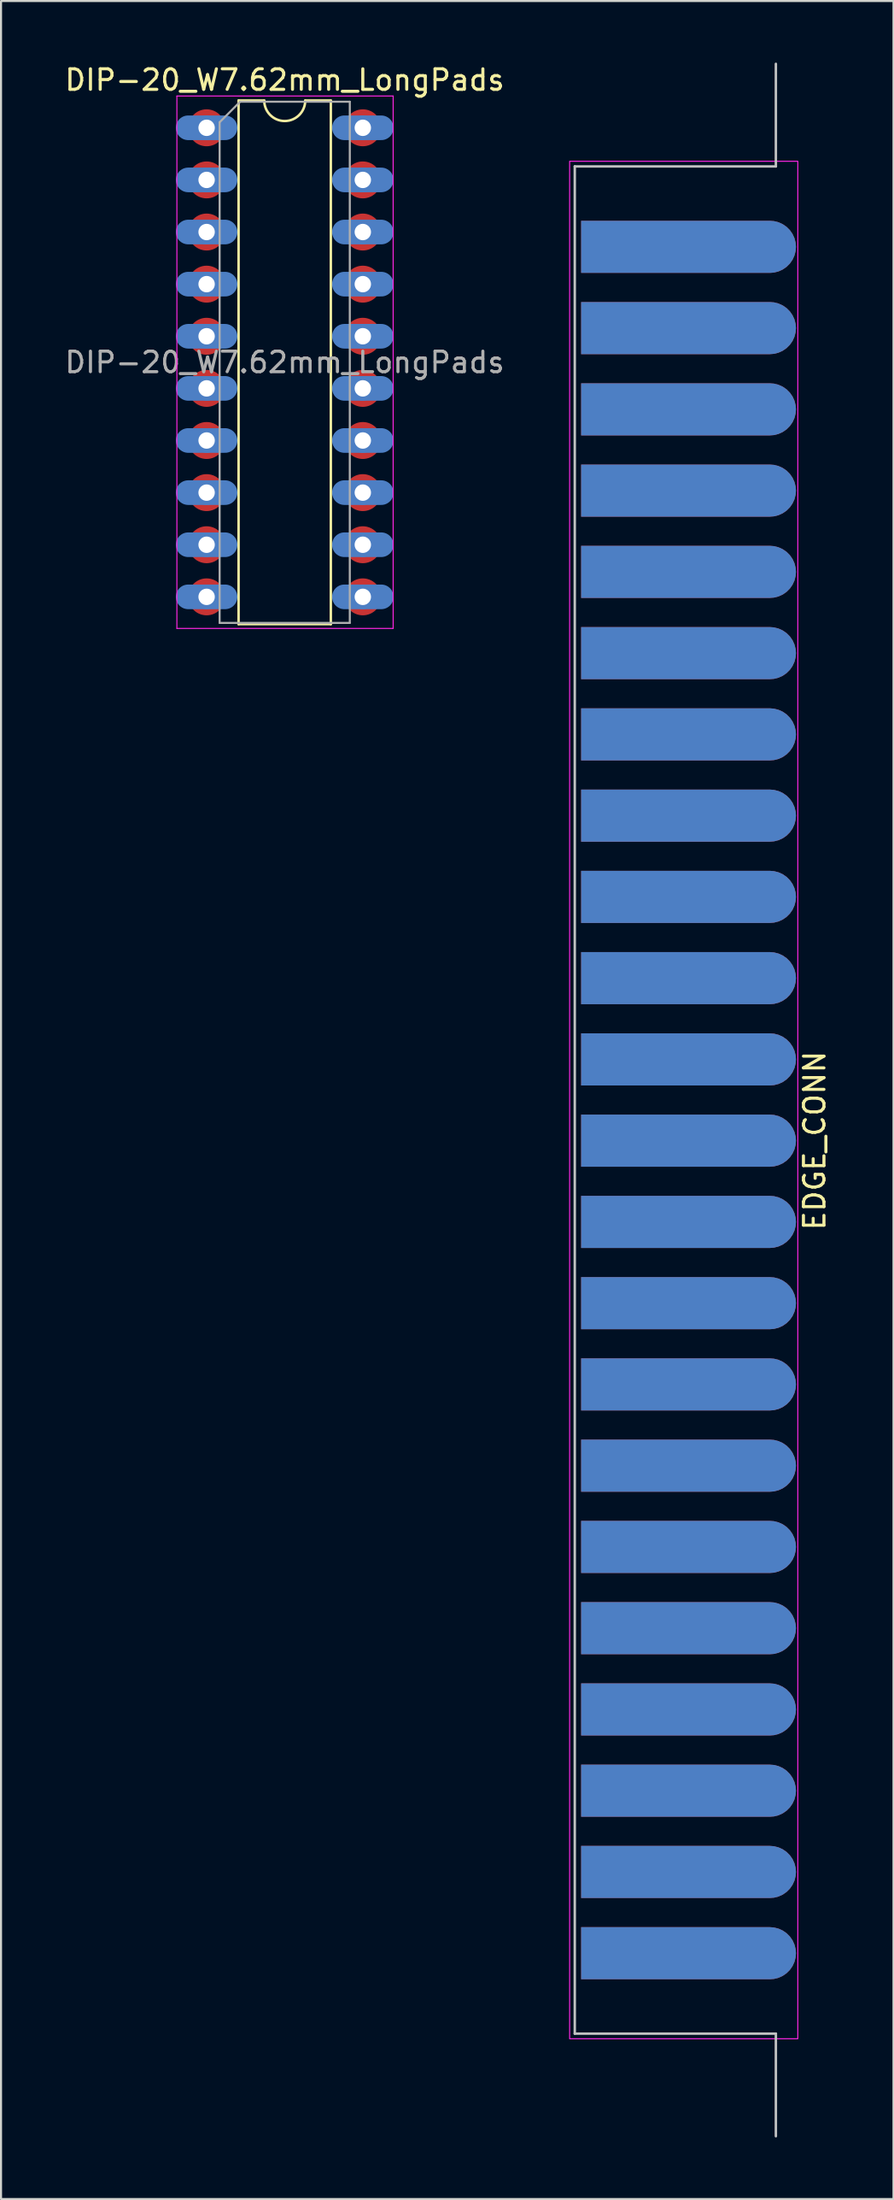
<source format=kicad_pcb>
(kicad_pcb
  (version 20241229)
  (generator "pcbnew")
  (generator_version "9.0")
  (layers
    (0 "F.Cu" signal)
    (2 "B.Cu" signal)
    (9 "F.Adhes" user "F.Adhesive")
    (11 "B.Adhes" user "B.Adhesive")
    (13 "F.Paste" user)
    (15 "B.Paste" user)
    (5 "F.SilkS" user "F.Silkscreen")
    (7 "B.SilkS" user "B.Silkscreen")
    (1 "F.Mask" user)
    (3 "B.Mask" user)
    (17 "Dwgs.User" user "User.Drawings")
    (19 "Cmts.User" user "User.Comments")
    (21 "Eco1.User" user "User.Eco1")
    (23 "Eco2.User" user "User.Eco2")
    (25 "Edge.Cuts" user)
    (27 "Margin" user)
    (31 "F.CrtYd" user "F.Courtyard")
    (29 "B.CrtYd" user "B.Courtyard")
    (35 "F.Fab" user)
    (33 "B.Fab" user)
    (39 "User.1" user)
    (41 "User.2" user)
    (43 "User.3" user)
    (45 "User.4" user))
  (footprint "EDGE_CONN"
    (layer "F.Cu")
    (at 30.989 50.56)
    (property "Reference" "EDGE_CONN" (at 5.7 1.98 90) (layer "F.SilkS") (effects (font (size 1 1) (thickness 0.15))))
    (attr smd)
    (fp_rect (start -6.25 -46.62) (end 4.85 46.62) (stroke (width 0.12) (type solid)) (fill yes) (layer "F.Mask"))
    (fp_rect (start -6.25 -46.62) (end 4.85 46.62) (stroke (width 0.12) (type solid)) (fill yes) (layer "B.Mask"))
    (fp_line (start -6 -45.5) (end -6 45.5) (stroke (width 0.12) (type solid)) (layer "Dwgs.User"))
    (fp_line (start -6 -45.5) (end 3.81 -45.5) (stroke (width 0.12) (type solid)) (layer "Dwgs.User"))
    (fp_line (start -6 45.5) (end 3.81 45.5) (stroke (width 0.12) (type solid)) (layer "Dwgs.User"))
    (fp_line (start 3.81 -45.5) (end 3.81 -50.5) (stroke (width 0.12) (type solid)) (layer "Dwgs.User"))
    (fp_line (start 3.81 45.5) (end 3.81 50.5) (stroke (width 0.12) (type solid)) (layer "Dwgs.User"))
    (fp_rect (start -6.25 -45.75) (end 4.88 45.75) (stroke (width 0.05) (type default)) (fill no) (layer "F.CrtYd"))
    (pad "1" connect roundrect (at -0.45 -41.58 90) (size 2.54 10.48) (layers "F.Cu") (roundrect_rratio 0.5) (chamfer_ratio 0) (chamfer top_left top_right))
    (pad "2" connect roundrect (at -0.45 -37.62 90) (size 2.54 10.48) (layers "F.Cu") (roundrect_rratio 0.5) (chamfer_ratio 0) (chamfer top_left top_right))
    (pad "3" connect roundrect (at -0.45 -33.66 90) (size 2.54 10.48) (layers "F.Cu") (roundrect_rratio 0.5) (chamfer_ratio 0) (chamfer top_left top_right))
    (pad "4" connect roundrect (at -0.45 -29.7 90) (size 2.54 10.48) (layers "F.Cu") (roundrect_rratio 0.5) (chamfer_ratio 0) (chamfer top_left top_right))
    (pad "5" connect roundrect (at -0.45 -25.74 90) (size 2.54 10.48) (layers "F.Cu") (roundrect_rratio 0.5) (chamfer_ratio 0) (chamfer top_left top_right))
    (pad "6" connect roundrect (at -0.45 -21.78 90) (size 2.54 10.48) (layers "F.Cu") (roundrect_rratio 0.5) (chamfer_ratio 0) (chamfer top_left top_right))
    (pad "7" connect roundrect (at -0.45 -17.82 90) (size 2.54 10.48) (layers "F.Cu") (roundrect_rratio 0.5) (chamfer_ratio 0) (chamfer top_left top_right))
    (pad "8" connect roundrect (at -0.45 -13.86 90) (size 2.54 10.48) (layers "F.Cu") (roundrect_rratio 0.5) (chamfer_ratio 0) (chamfer top_left top_right))
    (pad "9" connect roundrect (at -0.45 -9.9 90) (size 2.54 10.48) (layers "F.Cu") (roundrect_rratio 0.5) (chamfer_ratio 0) (chamfer top_left top_right))
    (pad "10" connect roundrect (at -0.45 -5.94 90) (size 2.54 10.48) (layers "F.Cu") (roundrect_rratio 0.5) (chamfer_ratio 0) (chamfer top_left top_right))
    (pad "11" connect roundrect (at -0.45 -1.98 90) (size 2.54 10.48) (layers "F.Cu") (roundrect_rratio 0.5) (chamfer_ratio 0) (chamfer top_left top_right))
    (pad "12" connect roundrect (at -0.45 1.98 90) (size 2.54 10.48) (layers "F.Cu") (roundrect_rratio 0.5) (chamfer_ratio 0) (chamfer top_left top_right))
    (pad "13" connect roundrect (at -0.45 5.94 90) (size 2.54 10.48) (layers "F.Cu") (roundrect_rratio 0.5) (chamfer_ratio 0) (chamfer top_left top_right))
    (pad "14" connect roundrect (at -0.45 9.9 90) (size 2.54 10.48) (layers "F.Cu") (roundrect_rratio 0.5) (chamfer_ratio 0) (chamfer top_left top_right))
    (pad "15" connect roundrect (at -0.45 13.86 90) (size 2.54 10.48) (layers "F.Cu") (roundrect_rratio 0.5) (chamfer_ratio 0) (chamfer top_left top_right))
    (pad "16" connect roundrect (at -0.45 17.82 90) (size 2.54 10.48) (layers "F.Cu") (roundrect_rratio 0.5) (chamfer_ratio 0) (chamfer top_left top_right))
    (pad "17" connect roundrect (at -0.45 21.78 90) (size 2.54 10.48) (layers "F.Cu") (roundrect_rratio 0.5) (chamfer_ratio 0) (chamfer top_left top_right))
    (pad "18" connect roundrect (at -0.45 25.74 90) (size 2.54 10.48) (layers "F.Cu") (roundrect_rratio 0.5) (chamfer_ratio 0) (chamfer top_left top_right))
    (pad "19" connect roundrect (at -0.45 29.7 90) (size 2.54 10.48) (layers "F.Cu") (roundrect_rratio 0.5) (chamfer_ratio 0) (chamfer top_left top_right))
    (pad "20" connect roundrect (at -0.45 33.66 90) (size 2.54 10.48) (layers "F.Cu") (roundrect_rratio 0.5) (chamfer_ratio 0) (chamfer top_left top_right))
    (pad "21" connect roundrect (at -0.45 37.62 90) (size 2.54 10.48) (layers "F.Cu") (roundrect_rratio 0.5) (chamfer_ratio 0) (chamfer top_left top_right))
    (pad "22" connect roundrect (at -0.45 41.58 90) (size 2.54 10.48) (layers "F.Cu") (roundrect_rratio 0.5) (chamfer_ratio 0) (chamfer top_left top_right))
    (pad "A" connect roundrect (at -0.45 -41.58 90) (size 2.54 10.48) (layers "B.Cu" "B.Mask") (roundrect_rratio 0.5) (chamfer_ratio 0) (chamfer top_left top_right))
    (pad "B" connect roundrect (at -0.45 -37.62 90) (size 2.54 10.48) (layers "B.Cu" "B.Mask") (roundrect_rratio 0.5) (chamfer_ratio 0) (chamfer top_left top_right))
    (pad "C" connect roundrect (at -0.45 -33.66 90) (size 2.54 10.48) (layers "B.Cu" "B.Mask") (roundrect_rratio 0.5) (chamfer_ratio 0) (chamfer top_left top_right))
    (pad "D" connect roundrect (at -0.45 -29.7 90) (size 2.54 10.48) (layers "B.Cu" "B.Mask") (roundrect_rratio 0.5) (chamfer_ratio 0) (chamfer top_left top_right))
    (pad "E" connect roundrect (at -0.45 -25.74 90) (size 2.54 10.48) (layers "B.Cu" "B.Mask") (roundrect_rratio 0.5) (chamfer_ratio 0) (chamfer top_left top_right))
    (pad "F" connect roundrect (at -0.45 -21.78 90) (size 2.54 10.48) (layers "B.Cu" "B.Mask") (roundrect_rratio 0.5) (chamfer_ratio 0) (chamfer top_left top_right))
    (pad "H" connect roundrect (at -0.45 -17.82 90) (size 2.54 10.48) (layers "B.Cu" "B.Mask") (roundrect_rratio 0.5) (chamfer_ratio 0) (chamfer top_left top_right))
    (pad "J" connect roundrect (at -0.45 -13.86 90) (size 2.54 10.48) (layers "B.Cu" "B.Mask") (roundrect_rratio 0.5) (chamfer_ratio 0) (chamfer top_left top_right))
    (pad "K" connect roundrect (at -0.45 -9.9 90) (size 2.54 10.48) (layers "B.Cu" "B.Mask") (roundrect_rratio 0.5) (chamfer_ratio 0) (chamfer top_left top_right))
    (pad "L" connect roundrect (at -0.45 -5.94 90) (size 2.54 10.48) (layers "B.Cu" "B.Mask") (roundrect_rratio 0.5) (chamfer_ratio 0) (chamfer top_left top_right))
    (pad "M" connect roundrect (at -0.45 -1.98 90) (size 2.54 10.48) (layers "B.Cu" "B.Mask") (roundrect_rratio 0.5) (chamfer_ratio 0) (chamfer top_left top_right))
    (pad "N" connect roundrect (at -0.45 1.98 90) (size 2.54 10.48) (layers "B.Cu" "B.Mask") (roundrect_rratio 0.5) (chamfer_ratio 0) (chamfer top_left top_right))
    (pad "P" connect roundrect (at -0.45 5.94 90) (size 2.54 10.48) (layers "B.Cu" "B.Mask") (roundrect_rratio 0.5) (chamfer_ratio 0) (chamfer top_left top_right))
    (pad "R" connect roundrect (at -0.45 9.9 90) (size 2.54 10.48) (layers "B.Cu" "B.Mask") (roundrect_rratio 0.5) (chamfer_ratio 0) (chamfer top_left top_right))
    (pad "S" connect roundrect (at -0.45 13.86 90) (size 2.54 10.48) (layers "B.Cu" "B.Mask") (roundrect_rratio 0.5) (chamfer_ratio 0) (chamfer top_left top_right))
    (pad "T" connect roundrect (at -0.45 17.82 90) (size 2.54 10.48) (layers "B.Cu" "B.Mask") (roundrect_rratio 0.5) (chamfer_ratio 0) (chamfer top_left top_right))
    (pad "U" connect roundrect (at -0.45 21.78 90) (size 2.54 10.48) (layers "B.Cu" "B.Mask") (roundrect_rratio 0.5) (chamfer_ratio 0) (chamfer top_left top_right))
    (pad "V" connect roundrect (at -0.45 25.74 90) (size 2.54 10.48) (layers "B.Cu" "B.Mask") (roundrect_rratio 0.5) (chamfer_ratio 0) (chamfer top_left top_right))
    (pad "W" connect roundrect (at -0.45 29.7 90) (size 2.54 10.48) (layers "B.Cu" "B.Mask") (roundrect_rratio 0.5) (chamfer_ratio 0) (chamfer top_left top_right))
    (pad "X" connect roundrect (at -0.45 33.66 90) (size 2.54 10.48) (layers "B.Cu" "B.Mask") (roundrect_rratio 0.5) (chamfer_ratio 0) (chamfer top_left top_right))
    (pad "Y" connect roundrect (at -0.45 37.62 90) (size 2.54 10.48) (layers "B.Cu" "B.Mask") (roundrect_rratio 0.5) (chamfer_ratio 0) (chamfer top_left top_right))
    (pad "Z" connect roundrect (at -0.45 41.58 90) (size 2.54 10.48) (layers "B.Cu" "B.Mask") (roundrect_rratio 0.5) (chamfer_ratio 0) (chamfer top_left top_right)))
  (footprint "DIP-20_W7.62mm_LongPads"
    (layer "F.Cu")
    (at 7.029 3.178)
    (property "Reference" "DIP-20_W7.62mm_LongPads" (at 3.81 -2.33 0) (layer "F.SilkS") (effects (font (size 1 1) (thickness 0.15))))
    (attr through_hole)
    (fp_line (start 1.56 -1.33) (end 1.56 24.19) (stroke (width 0.12) (type solid)) (layer "F.SilkS"))
    (fp_line (start 1.56 24.19) (end 6.06 24.19) (stroke (width 0.12) (type solid)) (layer "F.SilkS"))
    (fp_line (start 2.81 -1.33) (end 1.56 -1.33) (stroke (width 0.12) (type solid)) (layer "F.SilkS"))
    (fp_line (start 6.06 -1.33) (end 4.81 -1.33) (stroke (width 0.12) (type solid)) (layer "F.SilkS"))
    (fp_line (start 6.06 24.19) (end 6.06 -1.33) (stroke (width 0.12) (type solid)) (layer "F.SilkS"))
    (fp_arc (start 4.81 -1.33) (mid 3.81 -0.33) (end 2.81 -1.33) (stroke (width 0.12) (type solid)) (layer "F.SilkS"))
    (fp_line (start -1.45 -1.55) (end -1.45 24.4) (stroke (width 0.05) (type solid)) (layer "F.CrtYd"))
    (fp_line (start -1.45 24.4) (end 9.1 24.4) (stroke (width 0.05) (type solid)) (layer "F.CrtYd"))
    (fp_line (start 9.1 -1.55) (end -1.45 -1.55) (stroke (width 0.05) (type solid)) (layer "F.CrtYd"))
    (fp_line (start 9.1 24.4) (end 9.1 -1.55) (stroke (width 0.05) (type solid)) (layer "F.CrtYd"))
    (fp_line (start 0.635 -0.27) (end 1.635 -1.27) (stroke (width 0.1) (type solid)) (layer "F.Fab"))
    (fp_line (start 0.635 24.13) (end 0.635 -0.27) (stroke (width 0.1) (type solid)) (layer "F.Fab"))
    (fp_line (start 1.635 -1.27) (end 6.985 -1.27) (stroke (width 0.1) (type solid)) (layer "F.Fab"))
    (fp_line (start 6.985 -1.27) (end 6.985 24.13) (stroke (width 0.1) (type solid)) (layer "F.Fab"))
    (fp_line (start 6.985 24.13) (end 0.635 24.13) (stroke (width 0.1) (type solid)) (layer "F.Fab"))
    (fp_text user "${REFERENCE}" (at 3.81 11.43 0) (layer "F.Fab") (effects (font (size 1 1) (thickness 0.15))))
    (pad "1" thru_hole circle (at 0 0) (size 1.2 1.2) (drill 0.8) (layers "*.Cu" "*.Mask"))
    (pad "1" smd circle (at 0 0) (size 1.8 1.8) (layers "F.Cu" "F.Mask"))
    (pad "1" smd oval (at 0 0) (size 3 1.2) (layers "B.Cu" "B.Mask"))
    (pad "2" thru_hole circle (at 0 2.54) (size 1.2 1.2) (drill 0.8) (layers "*.Cu" "*.Mask"))
    (pad "2" smd circle (at 0 2.54) (size 1.8 1.8) (layers "F.Cu" "F.Mask"))
    (pad "2" smd oval (at 0 2.54) (size 3 1.2) (layers "B.Cu" "B.Mask"))
    (pad "3" thru_hole circle (at 0 5.08) (size 1.2 1.2) (drill 0.8) (layers "*.Cu" "*.Mask"))
    (pad "3" smd circle (at 0 5.08) (size 1.8 1.8) (layers "F.Cu" "F.Mask"))
    (pad "3" smd oval (at 0 5.08) (size 3 1.2) (layers "B.Cu" "B.Mask"))
    (pad "4" thru_hole circle (at 0 7.62) (size 1.2 1.2) (drill 0.8) (layers "*.Cu" "*.Mask"))
    (pad "4" smd circle (at 0 7.62) (size 1.8 1.8) (layers "F.Cu" "F.Mask"))
    (pad "4" smd oval (at 0 7.62) (size 3 1.2) (layers "B.Cu" "B.Mask"))
    (pad "5" thru_hole circle (at 0 10.16) (size 1.2 1.2) (drill 0.8) (layers "*.Cu" "*.Mask"))
    (pad "5" smd circle (at 0 10.16) (size 1.8 1.8) (layers "F.Cu" "F.Mask"))
    (pad "5" smd oval (at 0 10.16) (size 3 1.2) (layers "B.Cu" "B.Mask"))
    (pad "6" thru_hole circle (at 0 12.7) (size 1.2 1.2) (drill 0.8) (layers "*.Cu" "*.Mask"))
    (pad "6" smd circle (at 0 12.7) (size 1.8 1.8) (layers "F.Cu" "F.Mask"))
    (pad "6" smd oval (at 0 12.7) (size 3 1.2) (layers "B.Cu" "B.Mask"))
    (pad "7" thru_hole circle (at 0 15.24) (size 1.2 1.2) (drill 0.8) (layers "*.Cu" "*.Mask"))
    (pad "7" smd circle (at 0 15.24) (size 1.8 1.8) (layers "F.Cu" "F.Mask"))
    (pad "7" smd oval (at 0 15.24) (size 3 1.2) (layers "B.Cu" "B.Mask"))
    (pad "8" thru_hole circle (at 0 17.78) (size 1.2 1.2) (drill 0.8) (layers "*.Cu" "*.Mask"))
    (pad "8" smd circle (at 0 17.78) (size 1.8 1.8) (layers "F.Cu" "F.Mask"))
    (pad "8" smd oval (at 0 17.78) (size 3 1.2) (layers "B.Cu" "B.Mask"))
    (pad "9" thru_hole circle (at 0 20.32) (size 1.2 1.2) (drill 0.8) (layers "*.Cu" "*.Mask"))
    (pad "9" smd circle (at 0 20.32) (size 1.8 1.8) (layers "F.Cu" "F.Mask"))
    (pad "9" smd oval (at 0 20.32) (size 3 1.2) (layers "B.Cu" "B.Mask"))
    (pad "10" thru_hole circle (at 0 22.86) (size 1.2 1.2) (drill 0.8) (layers "*.Cu" "*.Mask"))
    (pad "10" smd circle (at 0 22.86) (size 1.8 1.8) (layers "F.Cu" "F.Mask"))
    (pad "10" smd oval (at 0 22.86) (size 3 1.2) (layers "B.Cu" "B.Mask"))
    (pad "11" thru_hole circle (at 7.62 22.86) (size 1.2 1.2) (drill 0.8) (layers "*.Cu" "*.Mask"))
    (pad "11" smd circle (at 7.62 22.86) (size 1.8 1.8) (layers "F.Cu" "F.Mask"))
    (pad "11" smd oval (at 7.62 22.86) (size 3 1.2) (layers "B.Cu" "B.Mask"))
    (pad "12" thru_hole circle (at 7.62 20.32) (size 1.2 1.2) (drill 0.8) (layers "*.Cu" "*.Mask"))
    (pad "12" smd circle (at 7.62 20.32) (size 1.8 1.8) (layers "F.Cu" "F.Mask"))
    (pad "12" smd oval (at 7.62 20.32) (size 3 1.2) (layers "B.Cu" "B.Mask"))
    (pad "13" thru_hole circle (at 7.62 17.78) (size 1.2 1.2) (drill 0.8) (layers "*.Cu" "*.Mask"))
    (pad "13" smd circle (at 7.62 17.78) (size 1.8 1.8) (layers "F.Cu" "F.Mask"))
    (pad "13" smd oval (at 7.62 17.78) (size 3 1.2) (layers "B.Cu" "B.Mask"))
    (pad "14" thru_hole circle (at 7.62 15.24) (size 1.2 1.2) (drill 0.8) (layers "*.Cu" "*.Mask"))
    (pad "14" smd circle (at 7.62 15.24) (size 1.8 1.8) (layers "F.Cu" "F.Mask"))
    (pad "14" smd oval (at 7.62 15.24) (size 3 1.2) (layers "B.Cu" "B.Mask"))
    (pad "15" thru_hole circle (at 7.62 12.7) (size 1.2 1.2) (drill 0.8) (layers "*.Cu" "*.Mask"))
    (pad "15" smd circle (at 7.62 12.7) (size 1.8 1.8) (layers "F.Cu" "F.Mask"))
    (pad "15" smd oval (at 7.62 12.7) (size 3 1.2) (layers "B.Cu" "B.Mask"))
    (pad "16" thru_hole circle (at 7.62 10.16) (size 1.2 1.2) (drill 0.8) (layers "*.Cu" "*.Mask"))
    (pad "16" smd circle (at 7.62 10.16) (size 1.8 1.8) (layers "F.Cu" "F.Mask"))
    (pad "16" smd oval (at 7.62 10.16) (size 3 1.2) (layers "B.Cu" "B.Mask"))
    (pad "17" thru_hole circle (at 7.62 7.62) (size 1.2 1.2) (drill 0.8) (layers "*.Cu" "*.Mask"))
    (pad "17" smd circle (at 7.62 7.62) (size 1.8 1.8) (layers "F.Cu" "F.Mask"))
    (pad "17" smd oval (at 7.62 7.62) (size 3 1.2) (layers "B.Cu" "B.Mask"))
    (pad "18" thru_hole circle (at 7.62 5.08) (size 1.2 1.2) (drill 0.8) (layers "*.Cu" "*.Mask"))
    (pad "18" smd circle (at 7.62 5.08) (size 1.8 1.8) (layers "F.Cu" "F.Mask"))
    (pad "18" smd oval (at 7.62 5.08) (size 3 1.2) (layers "B.Cu" "B.Mask"))
    (pad "19" thru_hole circle (at 7.62 2.54) (size 1.2 1.2) (drill 0.8) (layers "*.Cu" "*.Mask"))
    (pad "19" smd circle (at 7.62 2.54) (size 1.8 1.8) (layers "F.Cu" "F.Mask"))
    (pad "19" smd oval (at 7.62 2.54) (size 3 1.2) (layers "B.Cu" "B.Mask"))
    (pad "20" thru_hole circle (at 7.62 0) (size 1.2 1.2) (drill 0.8) (layers "*.Cu" "*.Mask"))
    (pad "20" smd circle (at 7.62 0) (size 1.8 1.8) (layers "F.Cu" "F.Mask"))
    (pad "20" smd oval (at 7.62 0) (size 3 1.2) (layers "B.Cu" "B.Mask")))
  (gr_rect
    (start -3 -3)
    (end 40.537 104.12)
    (stroke (width 0.1) (type default))
    (fill no)
    (layer "Edge.Cuts")))
</source>
